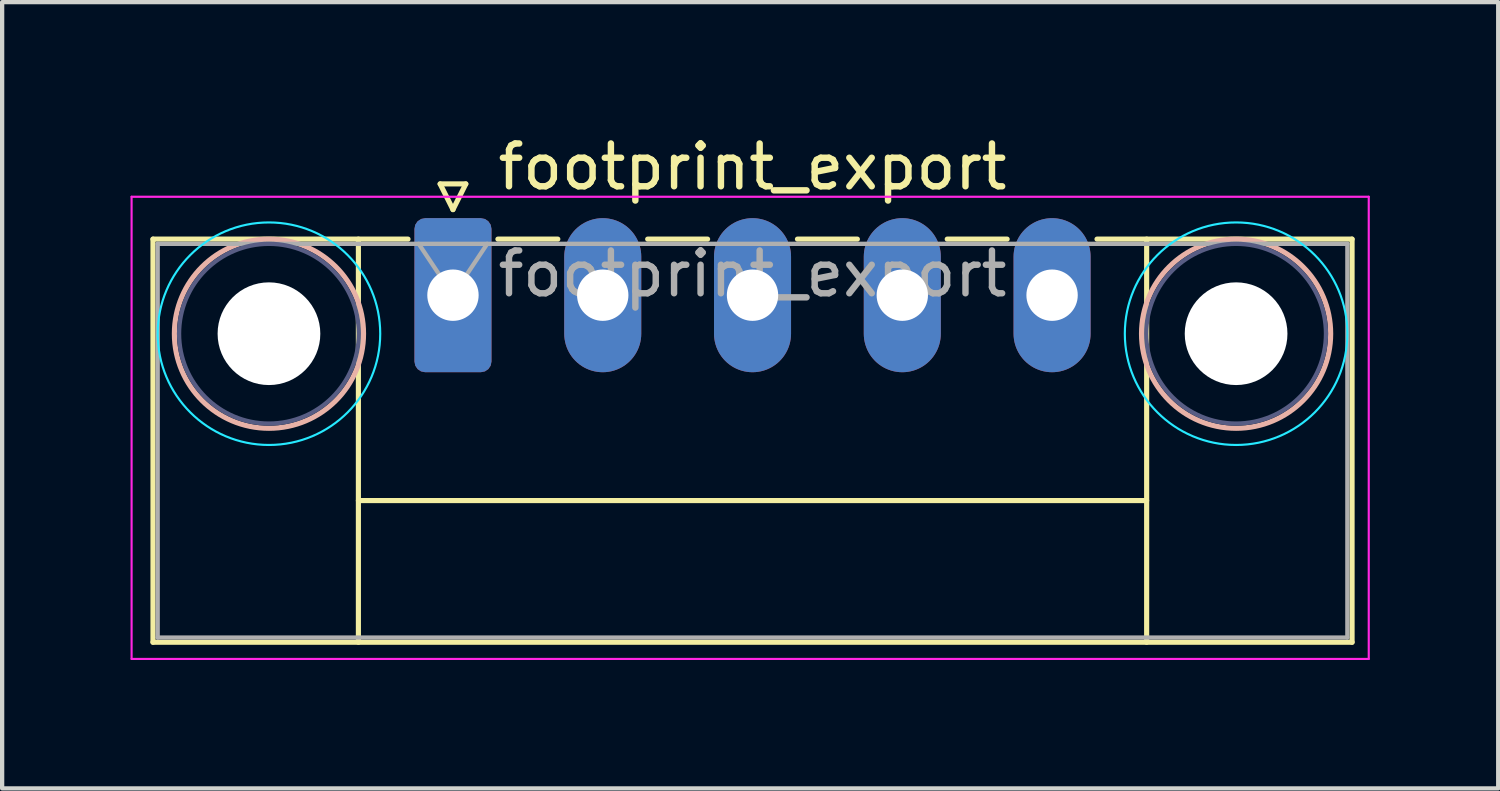
<source format=kicad_pcb>
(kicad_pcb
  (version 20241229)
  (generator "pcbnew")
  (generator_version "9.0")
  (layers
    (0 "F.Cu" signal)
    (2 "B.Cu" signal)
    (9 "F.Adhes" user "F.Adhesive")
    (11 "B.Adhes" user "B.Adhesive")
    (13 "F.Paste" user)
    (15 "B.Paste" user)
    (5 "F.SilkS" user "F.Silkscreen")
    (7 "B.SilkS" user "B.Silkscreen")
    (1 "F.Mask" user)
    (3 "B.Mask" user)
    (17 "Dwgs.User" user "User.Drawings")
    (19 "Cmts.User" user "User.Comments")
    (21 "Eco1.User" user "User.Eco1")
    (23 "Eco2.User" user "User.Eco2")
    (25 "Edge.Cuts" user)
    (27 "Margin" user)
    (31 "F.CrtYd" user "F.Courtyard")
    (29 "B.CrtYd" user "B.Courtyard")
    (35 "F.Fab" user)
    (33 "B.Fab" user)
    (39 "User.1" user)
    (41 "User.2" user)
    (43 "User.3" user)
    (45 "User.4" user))
  (footprint "footprint_export"
    (layer "F.Cu")
    (at 7.535 3.848)
    (property "Reference" "footprint_export" (at 7 -3 0) (layer "F.SilkS") (effects (font (size 1 1) (thickness 0.15))))
    (attr through_hole)
    (fp_line (start -7.01 -1.31) (end -7.01 8.11) (stroke (width 0.12) (type solid)) (layer "F.SilkS"))
    (fp_line (start -7.01 -1.31) (end -1.05 -1.31) (stroke (width 0.12) (type solid)) (layer "F.SilkS"))
    (fp_line (start -7.01 8.11) (end 21.01 8.11) (stroke (width 0.12) (type solid)) (layer "F.SilkS"))
    (fp_line (start -2.21 -1.31) (end -2.21 8.11) (stroke (width 0.12) (type solid)) (layer "F.SilkS"))
    (fp_line (start -2.21 4.8) (end 16.21 4.8) (stroke (width 0.12) (type solid)) (layer "F.SilkS"))
    (fp_line (start -0.3 -2.6) (end 0.3 -2.6) (stroke (width 0.12) (type solid)) (layer "F.SilkS"))
    (fp_line (start 0 -2) (end -0.3 -2.6) (stroke (width 0.12) (type solid)) (layer "F.SilkS"))
    (fp_line (start 0.3 -2.6) (end 0 -2) (stroke (width 0.12) (type solid)) (layer "F.SilkS"))
    (fp_line (start 1.05 -1.31) (end 2.45 -1.31) (stroke (width 0.12) (type solid)) (layer "F.SilkS"))
    (fp_line (start 4.55 -1.31) (end 5.95 -1.31) (stroke (width 0.12) (type solid)) (layer "F.SilkS"))
    (fp_line (start 8.05 -1.31) (end 9.45 -1.31) (stroke (width 0.12) (type solid)) (layer "F.SilkS"))
    (fp_line (start 11.55 -1.31) (end 12.95 -1.31) (stroke (width 0.12) (type solid)) (layer "F.SilkS"))
    (fp_line (start 16.21 -1.31) (end 16.21 8.11) (stroke (width 0.12) (type solid)) (layer "F.SilkS"))
    (fp_line (start 21.01 -1.31) (end 15.05 -1.31) (stroke (width 0.12) (type solid)) (layer "F.SilkS"))
    (fp_line (start 21.01 8.11) (end 21.01 -1.31) (stroke (width 0.12) (type solid)) (layer "F.SilkS"))
    (fp_circle (center -4.3 0.9) (end -2.09 0.9) (stroke (width 0.12) (type solid)) (fill no) (layer "B.SilkS"))
    (fp_circle (center 18.3 0.9) (end 20.51 0.9) (stroke (width 0.12) (type solid)) (fill no) (layer "B.SilkS"))
    (fp_circle (center -4.3 0.9) (end -1.7 0.9) (stroke (width 0.05) (type solid)) (fill no) (layer "B.CrtYd"))
    (fp_circle (center 18.3 0.9) (end 20.9 0.9) (stroke (width 0.05) (type solid)) (fill no) (layer "B.CrtYd"))
    (fp_line (start -7.51 -2.3) (end -7.51 8.5) (stroke (width 0.05) (type solid)) (layer "F.CrtYd"))
    (fp_line (start -7.51 8.5) (end 21.4 8.5) (stroke (width 0.05) (type solid)) (layer "F.CrtYd"))
    (fp_line (start 21.4 -2.3) (end -7.51 -2.3) (stroke (width 0.05) (type solid)) (layer "F.CrtYd"))
    (fp_line (start 21.4 8.5) (end 21.4 -2.3) (stroke (width 0.05) (type solid)) (layer "F.CrtYd"))
    (fp_circle (center -4.3 0.9) (end -2.2 0.9) (stroke (width 0.1) (type solid)) (fill no) (layer "B.Fab"))
    (fp_circle (center 18.3 0.9) (end 20.4 0.9) (stroke (width 0.1) (type solid)) (fill no) (layer "B.Fab"))
    (fp_line (start -6.9 -1.2) (end -6.9 8) (stroke (width 0.1) (type solid)) (layer "F.Fab"))
    (fp_line (start -6.9 8) (end 20.9 8) (stroke (width 0.1) (type solid)) (layer "F.Fab"))
    (fp_line (start 0 0) (end -0.8 -1.2) (stroke (width 0.1) (type solid)) (layer "F.Fab"))
    (fp_line (start 0.8 -1.2) (end 0 0) (stroke (width 0.1) (type solid)) (layer "F.Fab"))
    (fp_line (start 20.9 -1.2) (end -6.9 -1.2) (stroke (width 0.1) (type solid)) (layer "F.Fab"))
    (fp_line (start 20.9 8) (end 20.9 -1.2) (stroke (width 0.1) (type solid)) (layer "F.Fab"))
    (fp_text user "${REFERENCE}" (at 7 -0.5 0) (layer "F.Fab") (effects (font (size 1 1) (thickness 0.15))))
    (pad "" np_thru_hole circle (at -4.3 0.9) (size 2.4 2.4) (drill 2.4) (layers "*.Cu" "*.Mask"))
    (pad "" np_thru_hole circle (at 18.3 0.9) (size 2.4 2.4) (drill 2.4) (layers "*.Cu" "*.Mask"))
    (pad "1" thru_hole roundrect (at 0 0) (size 1.8 3.6) (drill 1.2) (layers "*.Cu" "*.Mask") (roundrect_rratio 0.139))
    (pad "2" thru_hole oval (at 3.5 0) (size 1.8 3.6) (drill 1.2) (layers "*.Cu" "*.Mask"))
    (pad "3" thru_hole oval (at 7 0) (size 1.8 3.6) (drill 1.2) (layers "*.Cu" "*.Mask"))
    (pad "4" thru_hole oval (at 10.5 0) (size 1.8 3.6) (drill 1.2) (layers "*.Cu" "*.Mask"))
    (pad "5" thru_hole oval (at 14 0) (size 1.8 3.6) (drill 1.2) (layers "*.Cu" "*.Mask")))
  (gr_rect
    (start -3 -3)
    (end 31.96 15.373)
    (stroke (width 0.1) (type default))
    (fill no)
    (layer "Edge.Cuts")))
</source>
